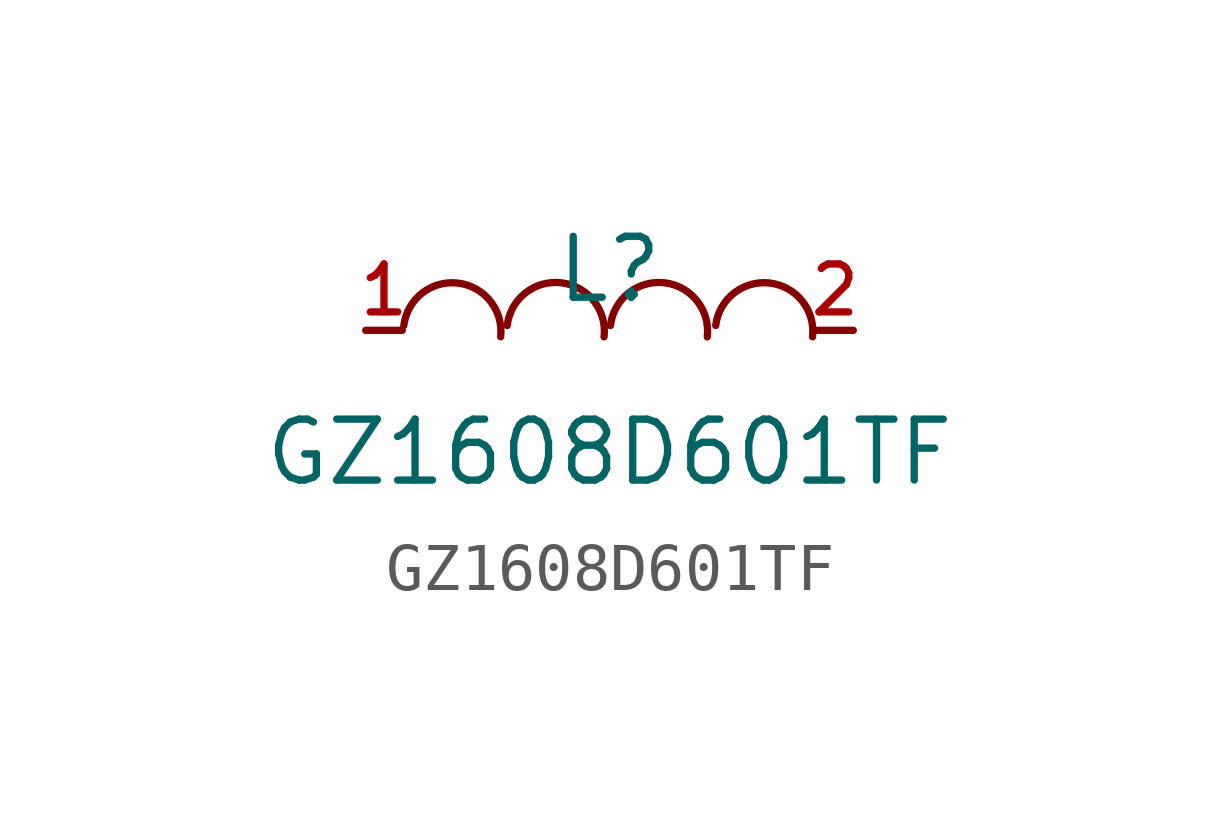
<source format=kicad_sym>
(kicad_symbol_lib
  (version 20210201)
  (generator TousstNicolas/JLC2KiCad_lib)
  (symbol "GZ1608D601TF"
    (pin_names hide)
    (property "Reference" "L"
      (at 0 1.27 0)
      (effects (font (size 1.27 1.27))))
    (property "Value" "GZ1608D601TF"
      (at 0 -2.54 0)
      (effects (font (size 1.27 1.27))))
    (symbol "GZ1608D601TF_0_1"
      (pin unspecified line (at 5.08 -0.0 180) (length 0.762) (name "2" (effects (font (size 1 1)))) (number "2" (effects (font (size 1 1)))))
      (pin unspecified line (at -5.08 -0.0 0) (length 0.762) (name "1" (effects (font (size 1 1)))) (number "1" (effects (font (size 1 1)))))
      (arc (start -2.2674329295749627 -0.1341053884638828) (mid -3.159011207982224 0.9926636483439573) (end -4.285780231504512 0.10108535314652943) (stroke (width 0) (type default) (color 0 0 0 0)) (fill (type none)))
      (arc (start -0.11354180781656804 -0.13565983668102555) (mid -1.0048024524285457 0.9913604595340889) (end -2.131822737142134 0.10009980037815772) (stroke (width 0) (type default) (color 0 0 0 0)) (fill (type none)))
      (arc (start 2.0378424949520375 -0.13565983668102555) (mid 1.1465818503400598 0.9913604595340889) (end 0.019561565626471496 0.10009980037815772) (stroke (width 0) (type default) (color 0 0 0 0)) (fill (type none)))
      (arc (start 4.231170015864318 -0.13410572965492382) (mid 3.3395921275494644 0.9926636202288113) (end 2.2128227952408546 0.10108570970264838) (stroke (width 0) (type default) (color 0 0 0 0)) (fill (type none))))))
</source>
